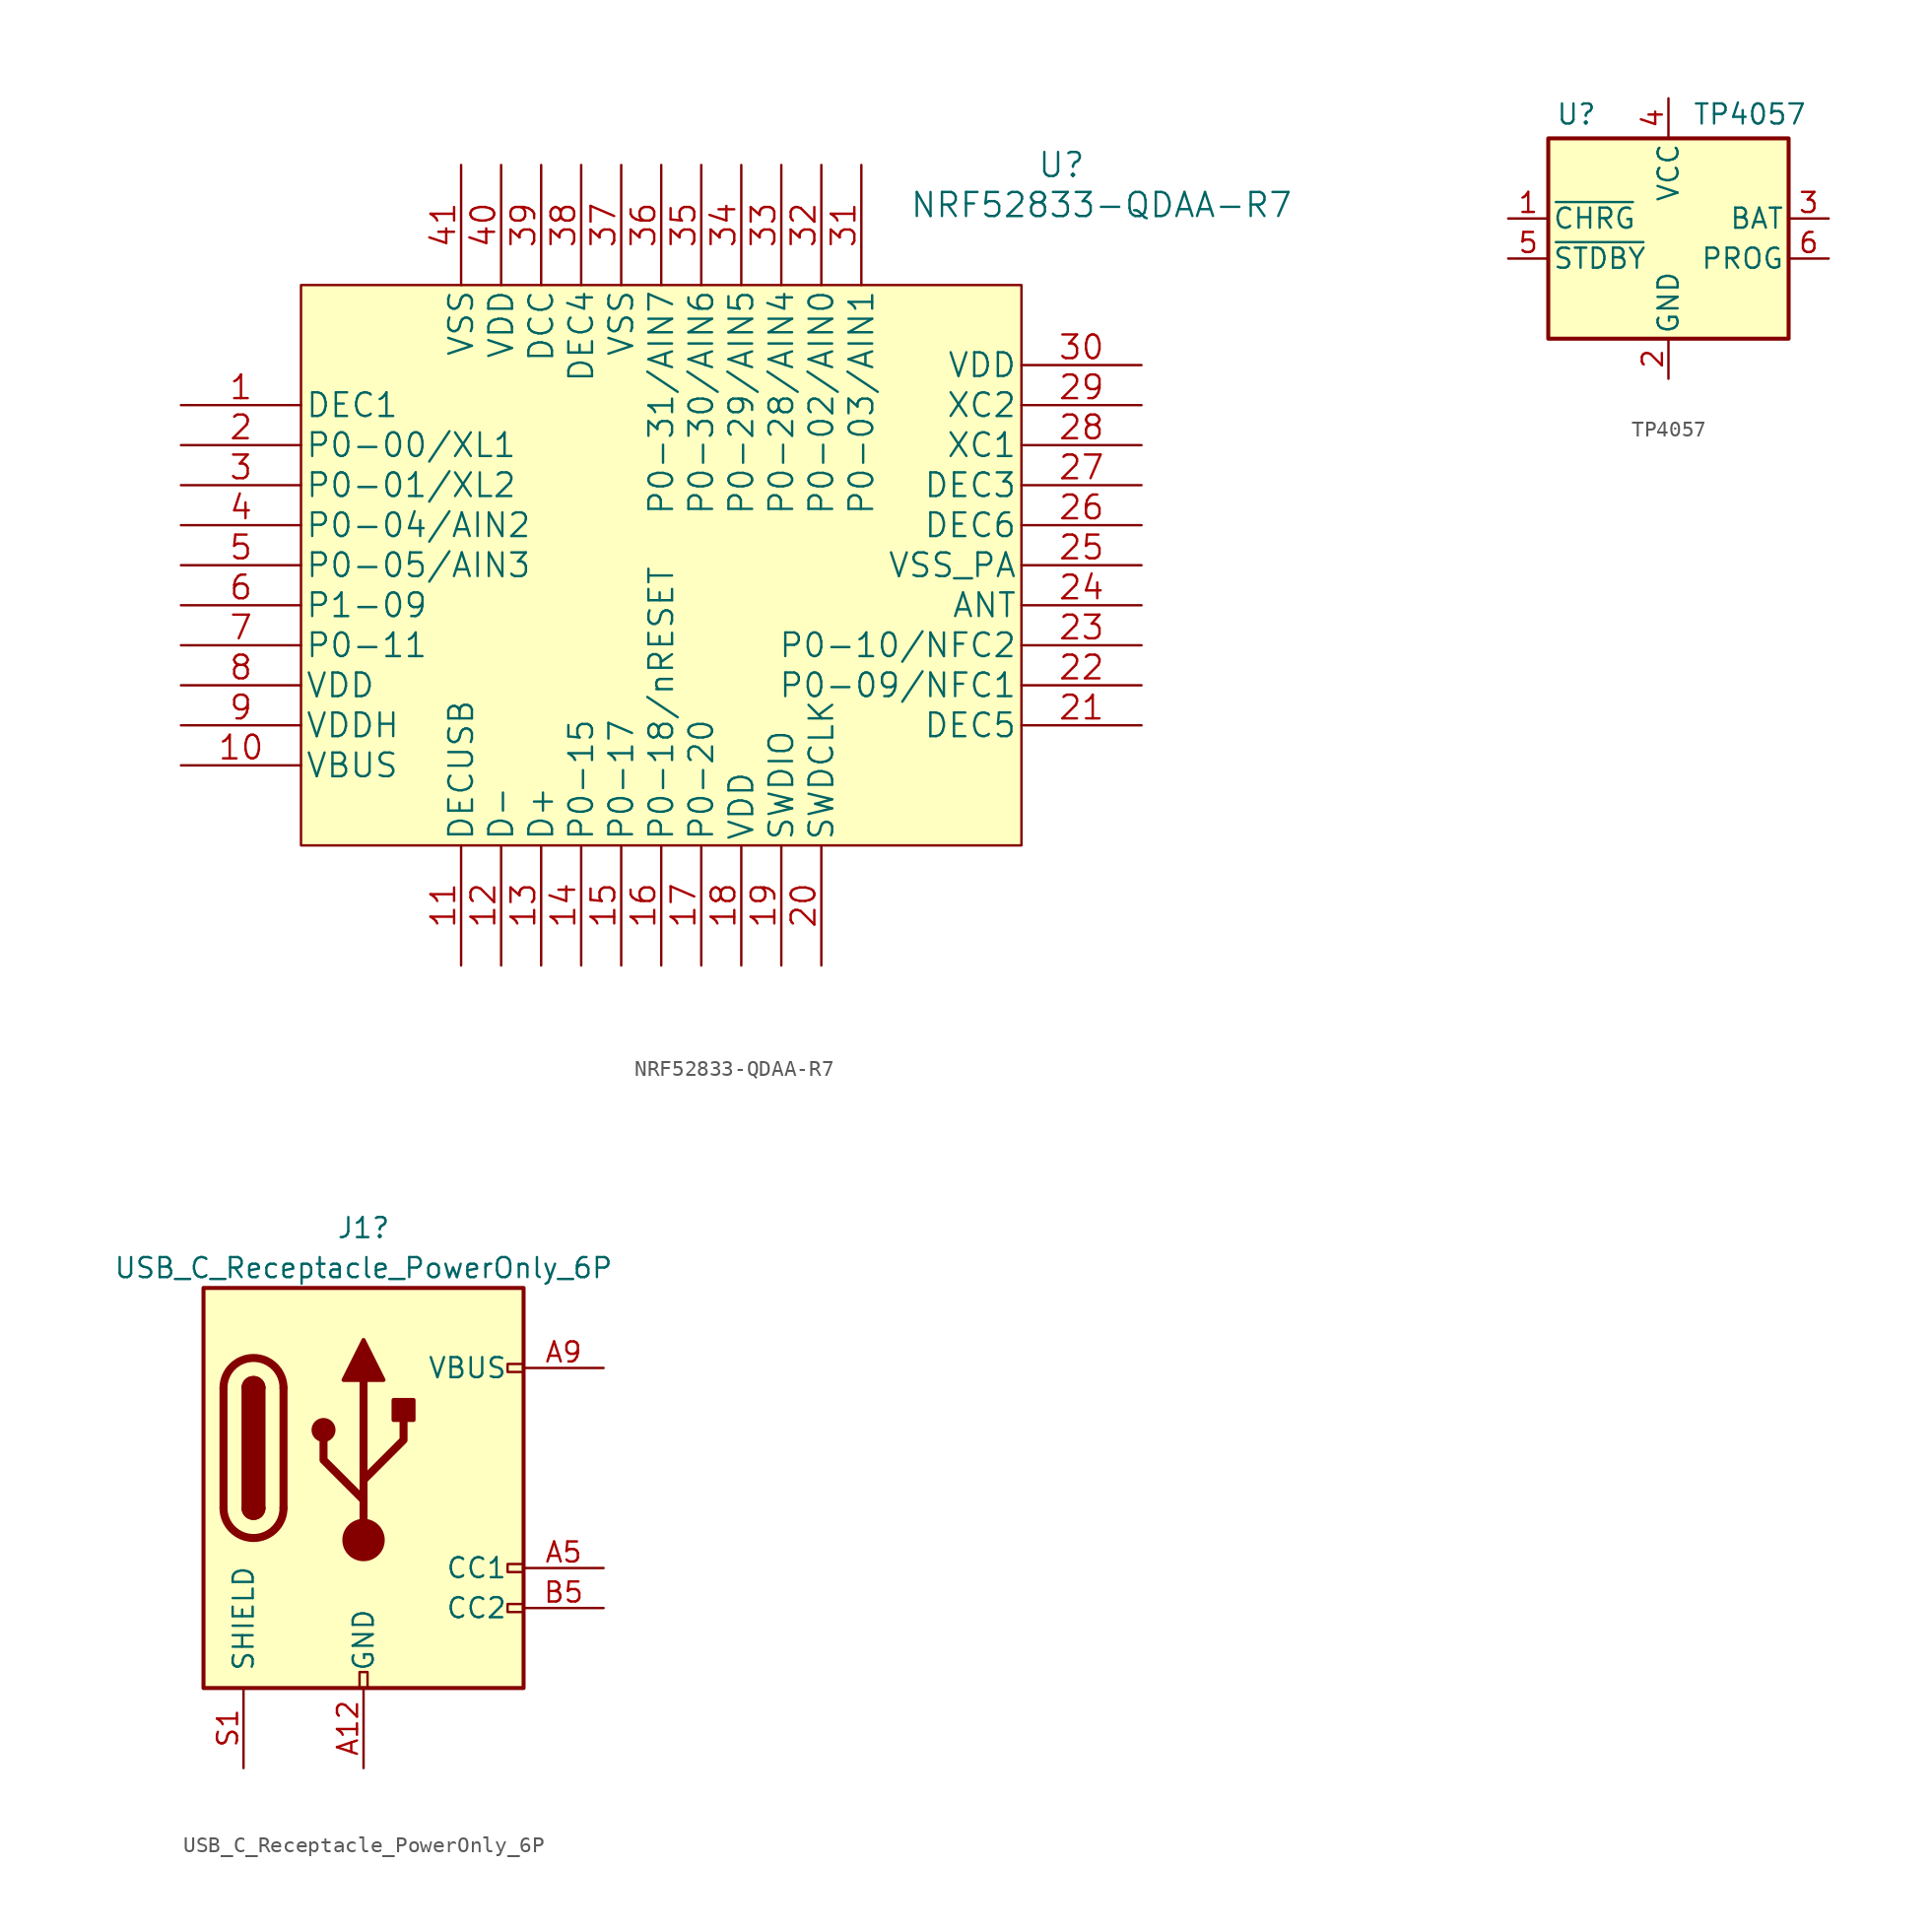
<source format=kicad_sym>
(kicad_symbol_lib
  (version 20220914)
  (generator kicad_symbol_editor)
  (symbol "NRF52833-QDAA-R7"
    (pin_names
      (offset 0.254))
    (property "Reference" "U"
      (at 48.26 43.18 0)
      (effects (font (size 1.524 1.524))))
    (property "Value" "NRF52833-QDAA-R7"
      (at 50.8 40.64 0)
      (effects (font (size 1.524 1.524))))
    (property "Datasheet" ""
      (at -7.62 27.94 0)
      (effects (font (size 1.524 1.524))))
    (symbol "NRF52833-QDAA-R7_1_1"
      (rectangle (start 0 35.56) (end 45.72 0) (stroke (width 0) (type default)) (fill (type background)))
      (pin power_in line (at -7.62 27.94 0) (length 7.62) (name "DEC1" (effects (font (size 1.499 1.499)))) (number "1" (effects (font (size 1.499 1.499)))))
      (pin power_in line (at -7.62 5.08 0) (length 7.62) (name "VBUS" (effects (font (size 1.499 1.499)))) (number "10" (effects (font (size 1.499 1.499)))))
      (pin power_in line (at 10.16 -7.62 90) (length 7.62) (name "DECUSB" (effects (font (size 1.499 1.499)))) (number "11" (effects (font (size 1.499 1.499)))))
      (pin bidirectional line (at 12.7 -7.62 90) (length 7.62) (name "D-" (effects (font (size 1.499 1.499)))) (number "12" (effects (font (size 1.499 1.499)))))
      (pin bidirectional line (at 15.24 -7.62 90) (length 7.62) (name "D+" (effects (font (size 1.499 1.499)))) (number "13" (effects (font (size 1.499 1.499)))))
      (pin bidirectional line (at 17.78 -7.62 90) (length 7.62) (name "P0-15" (effects (font (size 1.499 1.499)))) (number "14" (effects (font (size 1.499 1.499)))))
      (pin bidirectional line (at 20.32 -7.62 90) (length 7.62) (name "P0-17" (effects (font (size 1.499 1.499)))) (number "15" (effects (font (size 1.499 1.499)))))
      (pin bidirectional line (at 22.86 -7.62 90) (length 7.62) (name "P0-18/nRESET" (effects (font (size 1.499 1.499)))) (number "16" (effects (font (size 1.499 1.499)))))
      (pin bidirectional line (at 25.4 -7.62 90) (length 7.62) (name "P0-20" (effects (font (size 1.499 1.499)))) (number "17" (effects (font (size 1.499 1.499)))))
      (pin power_in line (at 27.94 -7.62 90) (length 7.62) (name "VDD" (effects (font (size 1.499 1.499)))) (number "18" (effects (font (size 1.499 1.499)))))
      (pin bidirectional line (at 30.48 -7.62 90) (length 7.62) (name "SWDIO" (effects (font (size 1.499 1.499)))) (number "19" (effects (font (size 1.499 1.499)))))
      (pin bidirectional line (at -7.62 25.4 0) (length 7.62) (name "P0-00/XL1" (effects (font (size 1.499 1.499)))) (number "2" (effects (font (size 1.499 1.499)))))
      (pin input line (at 33.02 -7.62 90) (length 7.62) (name "SWDCLK" (effects (font (size 1.499 1.499)))) (number "20" (effects (font (size 1.499 1.499)))))
      (pin power_in line (at 53.34 7.62 180) (length 7.62) (name "DEC5" (effects (font (size 1.499 1.499)))) (number "21" (effects (font (size 1.499 1.499)))))
      (pin bidirectional line (at 53.34 10.16 180) (length 7.62) (name "P0-09/NFC1" (effects (font (size 1.499 1.499)))) (number "22" (effects (font (size 1.499 1.499)))))
      (pin bidirectional line (at 53.34 12.7 180) (length 7.62) (name "P0-10/NFC2" (effects (font (size 1.499 1.499)))) (number "23" (effects (font (size 1.499 1.499)))))
      (pin unspecified line (at 53.34 15.24 180) (length 7.62) (name "ANT" (effects (font (size 1.499 1.499)))) (number "24" (effects (font (size 1.499 1.499)))))
      (pin power_in line (at 53.34 17.78 180) (length 7.62) (name "VSS_PA" (effects (font (size 1.499 1.499)))) (number "25" (effects (font (size 1.499 1.499)))))
      (pin power_in line (at 53.34 20.32 180) (length 7.62) (name "DEC6" (effects (font (size 1.499 1.499)))) (number "26" (effects (font (size 1.499 1.499)))))
      (pin power_in line (at 53.34 22.86 180) (length 7.62) (name "DEC3" (effects (font (size 1.499 1.499)))) (number "27" (effects (font (size 1.499 1.499)))))
      (pin input line (at 53.34 25.4 180) (length 7.62) (name "XC1" (effects (font (size 1.499 1.499)))) (number "28" (effects (font (size 1.499 1.499)))))
      (pin input line (at 53.34 27.94 180) (length 7.62) (name "XC2" (effects (font (size 1.499 1.499)))) (number "29" (effects (font (size 1.499 1.499)))))
      (pin bidirectional line (at -7.62 22.86 0) (length 7.62) (name "P0-01/XL2" (effects (font (size 1.499 1.499)))) (number "3" (effects (font (size 1.499 1.499)))))
      (pin power_in line (at 53.34 30.48 180) (length 7.62) (name "VDD" (effects (font (size 1.499 1.499)))) (number "30" (effects (font (size 1.499 1.499)))))
      (pin bidirectional line (at 35.56 43.18 270) (length 7.62) (name "P0-03/AIN1" (effects (font (size 1.499 1.499)))) (number "31" (effects (font (size 1.499 1.499)))))
      (pin bidirectional line (at 33.02 43.18 270) (length 7.62) (name "P0-02/AIN0" (effects (font (size 1.499 1.499)))) (number "32" (effects (font (size 1.499 1.499)))))
      (pin bidirectional line (at 30.48 43.18 270) (length 7.62) (name "P0-28/AIN4" (effects (font (size 1.499 1.499)))) (number "33" (effects (font (size 1.499 1.499)))))
      (pin bidirectional line (at 27.94 43.18 270) (length 7.62) (name "P0-29/AIN5" (effects (font (size 1.499 1.499)))) (number "34" (effects (font (size 1.499 1.499)))))
      (pin bidirectional line (at 25.4 43.18 270) (length 7.62) (name "P0-30/AIN6" (effects (font (size 1.499 1.499)))) (number "35" (effects (font (size 1.499 1.499)))))
      (pin bidirectional line (at 22.86 43.18 270) (length 7.62) (name "P0-31/AIN7" (effects (font (size 1.499 1.499)))) (number "36" (effects (font (size 1.499 1.499)))))
      (pin power_in line (at 20.32 43.18 270) (length 7.62) (name "VSS" (effects (font (size 1.499 1.499)))) (number "37" (effects (font (size 1.499 1.499)))))
      (pin power_in line (at 17.78 43.18 270) (length 7.62) (name "DEC4" (effects (font (size 1.499 1.499)))) (number "38" (effects (font (size 1.499 1.499)))))
      (pin power_in line (at 15.24 43.18 270) (length 7.62) (name "DCC" (effects (font (size 1.499 1.499)))) (number "39" (effects (font (size 1.499 1.499)))))
      (pin bidirectional line (at -7.62 20.32 0) (length 7.62) (name "P0-04/AIN2" (effects (font (size 1.499 1.499)))) (number "4" (effects (font (size 1.499 1.499)))))
      (pin power_in line (at 12.7 43.18 270) (length 7.62) (name "VDD" (effects (font (size 1.499 1.499)))) (number "40" (effects (font (size 1.499 1.499)))))
      (pin power_in line (at 10.16 43.18 270) (length 7.62) (name "VSS" (effects (font (size 1.499 1.499)))) (number "41" (effects (font (size 1.499 1.499)))))
      (pin bidirectional line (at -7.62 17.78 0) (length 7.62) (name "P0-05/AIN3" (effects (font (size 1.499 1.499)))) (number "5" (effects (font (size 1.499 1.499)))))
      (pin bidirectional line (at -7.62 15.24 0) (length 7.62) (name "P1-09" (effects (font (size 1.499 1.499)))) (number "6" (effects (font (size 1.499 1.499)))))
      (pin bidirectional line (at -7.62 12.7 0) (length 7.62) (name "P0-11" (effects (font (size 1.499 1.499)))) (number "7" (effects (font (size 1.499 1.499)))))
      (pin power_in line (at -7.62 10.16 0) (length 7.62) (name "VDD" (effects (font (size 1.499 1.499)))) (number "8" (effects (font (size 1.499 1.499)))))
      (pin power_in line (at -7.62 7.62 0) (length 7.62) (name "VDDH" (effects (font (size 1.499 1.499)))) (number "9" (effects (font (size 1.499 1.499)))))))
  (symbol "TP4057"
    (pin_names
      (offset 0.254))
    (property "Reference" "U"
      (at -5.842 6.604 0)
      (effects (font (size 1.27 1.27))))
    (property "Value" "TP4057"
      (at 1.524 6.604 0)
      (effects (font (size 1.27 1.27)) (justify left)))
    (symbol "TP4057_0_1"
      (rectangle (start -7.62 5.08) (end 7.62 -7.62) (stroke (width 0.254) (type default)) (fill (type background))))
    (symbol "TP4057_1_1"
      (pin open_collector line (at -10.16 0 0) (length 2.54) (name "~{CHRG}" (effects (font (size 1.27 1.27)))) (number "1" (effects (font (size 1.27 1.27)))))
      (pin power_in line (at 0 -10.16 90) (length 2.54) (name "GND" (effects (font (size 1.27 1.27)))) (number "2" (effects (font (size 1.27 1.27)))))
      (pin power_out line (at 10.16 0 180) (length 2.54) (name "BAT" (effects (font (size 1.27 1.27)))) (number "3" (effects (font (size 1.27 1.27)))))
      (pin power_in line (at 0 7.62 270) (length 2.54) (name "VCC" (effects (font (size 1.27 1.27)))) (number "4" (effects (font (size 1.27 1.27)))))
      (pin open_collector line (at -10.16 -2.54 0) (length 2.54) (name "~{STDBY}" (effects (font (size 1.27 1.27)))) (number "5" (effects (font (size 1.27 1.27)))))
      (pin bidirectional line (at 10.16 -2.54 180) (length 2.54) (name "PROG" (effects (font (size 1.27 1.27)))) (number "6" (effects (font (size 1.27 1.27)))))))
  (symbol "USB_C_Receptacle_PowerOnly_6P"
    (pin_names
      (offset 1.016))
    (property "Reference" "J1"
      (at 0 16.51 0)
      (effects (font (size 1.27 1.27))))
    (property "Value" "USB_C_Receptacle_PowerOnly_6P"
      (at 0 13.97 0)
      (effects (font (size 1.27 1.27))))
    (symbol "USB_C_Receptacle_PowerOnly_6P_0_0"
      (rectangle (start -0.254 -12.7) (end 0.254 -11.684) (stroke (width 0) (type default)) (fill (type none)))
      (rectangle (start 10.16 -7.366) (end 9.144 -7.874) (stroke (width 0) (type default)) (fill (type none)))
      (rectangle (start 10.16 -4.826) (end 9.144 -5.334) (stroke (width 0) (type default)) (fill (type none)))
      (rectangle (start 10.16 7.874) (end 9.144 7.366) (stroke (width 0) (type default)) (fill (type none))))
    (symbol "USB_C_Receptacle_PowerOnly_6P_0_1"
      (rectangle (start -10.16 12.7) (end 10.16 -12.7) (stroke (width 0.254) (type default)) (fill (type background)))
      (arc (start -8.89 -1.27) (mid -6.985 -3.1667) (end -5.08 -1.27) (stroke (width 0.508) (type default)) (fill (type none)))
      (arc (start -7.62 -1.27) (mid -6.985 -1.9023) (end -6.35 -1.27) (stroke (width 0.254) (type default)) (fill (type none)))
      (arc (start -7.62 -1.27) (mid -6.985 -1.9023) (end -6.35 -1.27) (stroke (width 0.254) (type default)) (fill (type outline)))
      (rectangle (start -7.62 -1.27) (end -6.35 6.35) (stroke (width 0.254) (type default)) (fill (type outline)))
      (arc (start -6.35 6.35) (mid -6.985 6.9823) (end -7.62 6.35) (stroke (width 0.254) (type default)) (fill (type none)))
      (arc (start -6.35 6.35) (mid -6.985 6.9823) (end -7.62 6.35) (stroke (width 0.254) (type default)) (fill (type outline)))
      (arc (start -5.08 6.35) (mid -6.985 8.2467) (end -8.89 6.35) (stroke (width 0.508) (type default)) (fill (type none)))
      (circle (center -2.54 3.683) (radius 0.635) (stroke (width 0.254) (type default)) (fill (type outline)))
      (circle (center 0 -3.302) (radius 1.27) (stroke (width 0) (type default)) (fill (type outline)))
      (polyline (pts (xy -8.89 -1.27) (xy -8.89 6.35)) (stroke (width 0.508) (type default)) (fill (type none)))
      (polyline (pts (xy -5.08 6.35) (xy -5.08 -1.27)) (stroke (width 0.508) (type default)) (fill (type none)))
      (polyline (pts (xy 0 -3.302) (xy 0 6.858)) (stroke (width 0.508) (type default)) (fill (type none)))
      (polyline (pts (xy 0 -0.762) (xy -2.54 1.778) (xy -2.54 3.048)) (stroke (width 0.508) (type default)) (fill (type none)))
      (polyline (pts (xy 0 0.508) (xy 2.54 3.048) (xy 2.54 4.318)) (stroke (width 0.508) (type default)) (fill (type none)))
      (polyline (pts (xy -1.27 6.858) (xy 0 9.398) (xy 1.27 6.858) (xy -1.27 6.858)) (stroke (width 0.254) (type default)) (fill (type outline)))
      (rectangle (start 1.905 4.318) (end 3.175 5.588) (stroke (width 0.254) (type default)) (fill (type outline))))
    (symbol "USB_C_Receptacle_PowerOnly_6P_1_1"
      (pin passive line (at 0 -17.78 90) (length 5.08) (name "GND" (effects (font (size 1.27 1.27)))) (number "A12" (effects (font (size 1.27 1.27)))))
      (pin bidirectional line (at 15.24 -5.08 180) (length 5.08) (name "CC1" (effects (font (size 1.27 1.27)))) (number "A5" (effects (font (size 1.27 1.27)))))
      (pin passive line (at 15.24 7.62 180) (length 5.08) (name "VBUS" (effects (font (size 1.27 1.27)))) (number "A9" (effects (font (size 1.27 1.27)))))
      (pin bidirectional line (at 15.24 -7.62 180) (length 5.08) (name "CC2" (effects (font (size 1.27 1.27)))) (number "B5" (effects (font (size 1.27 1.27)))))
      (pin passive line (at -7.62 -17.78 90) (length 5.08) (name "SHIELD" (effects (font (size 1.27 1.27)))) (number "S1" (effects (font (size 1.27 1.27))))))))
</source>
